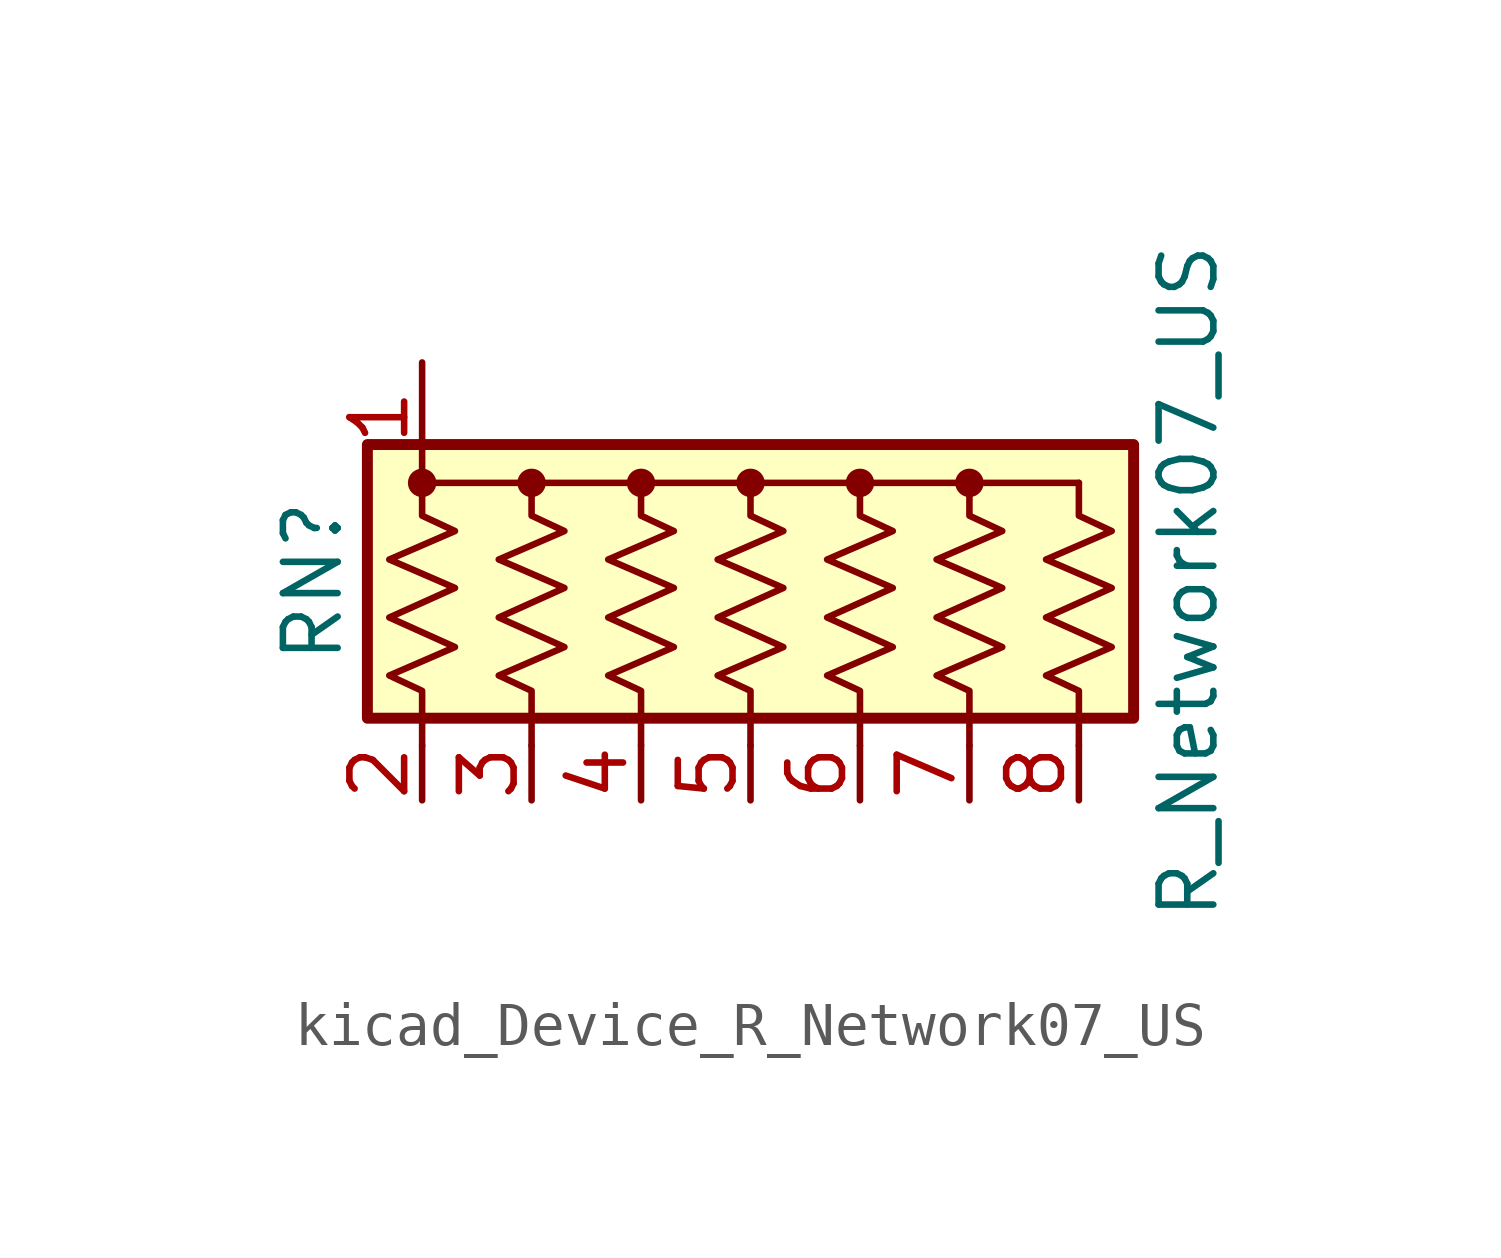
<source format=kicad_sym>
(kicad_symbol_lib
  (version 20220914)
  (generator kicad_symbol_editor)
  (symbol "kicad_Device_R_Network07_US"
    (pin_names
      (offset 0) hide)
    (property "Reference" "RN"
      (at -10.16 0 90)
      (effects (font (size 1.27 1.27))))
    (property "Value" "R_Network07_US"
      (at 10.16 0 90)
      (effects (font (size 1.27 1.27))))
    (symbol "kicad_Device_R_Network07_US_0_1"
      (rectangle (start -8.89 -3.175) (end 8.89 3.175) (stroke (width 0.254) (type default)) (fill (type background)))
      (circle (center -7.62 2.286) (radius 0.254) (stroke (width 0) (type default)) (fill (type outline)))
      (circle (center -5.08 2.286) (radius 0.254) (stroke (width 0) (type default)) (fill (type outline)))
      (circle (center -2.54 2.286) (radius 0.254) (stroke (width 0) (type default)) (fill (type outline)))
      (polyline (pts (xy -7.62 2.286) (xy 7.62 2.286)) (stroke (width 0) (type default)) (fill (type none)))
      (polyline (pts (xy -7.62 2.286) (xy -7.62 1.524) (xy -6.858 1.168) (xy -8.382 0.508) (xy -6.858 -0.152) (xy -8.382 -0.838) (xy -6.858 -1.524) (xy -8.382 -2.184) (xy -7.62 -2.54) (xy -7.62 -3.81)) (stroke (width 0) (type default)) (fill (type none)))
      (polyline (pts (xy -5.08 2.286) (xy -5.08 1.524) (xy -4.318 1.168) (xy -5.842 0.508) (xy -4.318 -0.152) (xy -5.842 -0.838) (xy -4.318 -1.524) (xy -5.842 -2.184) (xy -5.08 -2.54) (xy -5.08 -3.81)) (stroke (width 0) (type default)) (fill (type none)))
      (polyline (pts (xy -2.54 2.286) (xy -2.54 1.524) (xy -1.778 1.168) (xy -3.302 0.508) (xy -1.778 -0.152) (xy -3.302 -0.838) (xy -1.778 -1.524) (xy -3.302 -2.184) (xy -2.54 -2.54) (xy -2.54 -3.81)) (stroke (width 0) (type default)) (fill (type none)))
      (polyline (pts (xy 0 2.286) (xy 0 1.524) (xy 0.762 1.168) (xy -0.762 0.508) (xy 0.762 -0.152) (xy -0.762 -0.838) (xy 0.762 -1.524) (xy -0.762 -2.184) (xy 0 -2.54) (xy 0 -3.81)) (stroke (width 0) (type default)) (fill (type none)))
      (polyline (pts (xy 2.54 2.286) (xy 2.54 1.524) (xy 3.302 1.168) (xy 1.778 0.508) (xy 3.302 -0.152) (xy 1.778 -0.838) (xy 3.302 -1.524) (xy 1.778 -2.184) (xy 2.54 -2.54) (xy 2.54 -3.81)) (stroke (width 0) (type default)) (fill (type none)))
      (polyline (pts (xy 5.08 2.286) (xy 5.08 1.524) (xy 5.842 1.168) (xy 4.318 0.508) (xy 5.842 -0.152) (xy 4.318 -0.838) (xy 5.842 -1.524) (xy 4.318 -2.184) (xy 5.08 -2.54) (xy 5.08 -3.81)) (stroke (width 0) (type default)) (fill (type none)))
      (polyline (pts (xy 7.62 2.286) (xy 7.62 1.524) (xy 8.382 1.168) (xy 6.858 0.508) (xy 8.382 -0.152) (xy 6.858 -0.838) (xy 8.382 -1.524) (xy 6.858 -2.184) (xy 7.62 -2.54) (xy 7.62 -3.81)) (stroke (width 0) (type default)) (fill (type none)))
      (circle (center 0 2.286) (radius 0.254) (stroke (width 0) (type default)) (fill (type outline)))
      (circle (center 2.54 2.286) (radius 0.254) (stroke (width 0) (type default)) (fill (type outline)))
      (circle (center 5.08 2.286) (radius 0.254) (stroke (width 0) (type default)) (fill (type outline))))
    (symbol "kicad_Device_R_Network07_US_1_1"
      (pin passive line (at -7.62 5.08 270) (length 2.54) (name "common" (effects (font (size 1.27 1.27)))) (number "1" (effects (font (size 1.27 1.27)))))
      (pin passive line (at -7.62 -5.08 90) (length 1.27) (name "R1" (effects (font (size 1.27 1.27)))) (number "2" (effects (font (size 1.27 1.27)))))
      (pin passive line (at -5.08 -5.08 90) (length 1.27) (name "R2" (effects (font (size 1.27 1.27)))) (number "3" (effects (font (size 1.27 1.27)))))
      (pin passive line (at -2.54 -5.08 90) (length 1.27) (name "R3" (effects (font (size 1.27 1.27)))) (number "4" (effects (font (size 1.27 1.27)))))
      (pin passive line (at 0 -5.08 90) (length 1.27) (name "R4" (effects (font (size 1.27 1.27)))) (number "5" (effects (font (size 1.27 1.27)))))
      (pin passive line (at 2.54 -5.08 90) (length 1.27) (name "R5" (effects (font (size 1.27 1.27)))) (number "6" (effects (font (size 1.27 1.27)))))
      (pin passive line (at 5.08 -5.08 90) (length 1.27) (name "R6" (effects (font (size 1.27 1.27)))) (number "7" (effects (font (size 1.27 1.27)))))
      (pin passive line (at 7.62 -5.08 90) (length 1.27) (name "R7" (effects (font (size 1.27 1.27)))) (number "8" (effects (font (size 1.27 1.27))))))))
</source>
